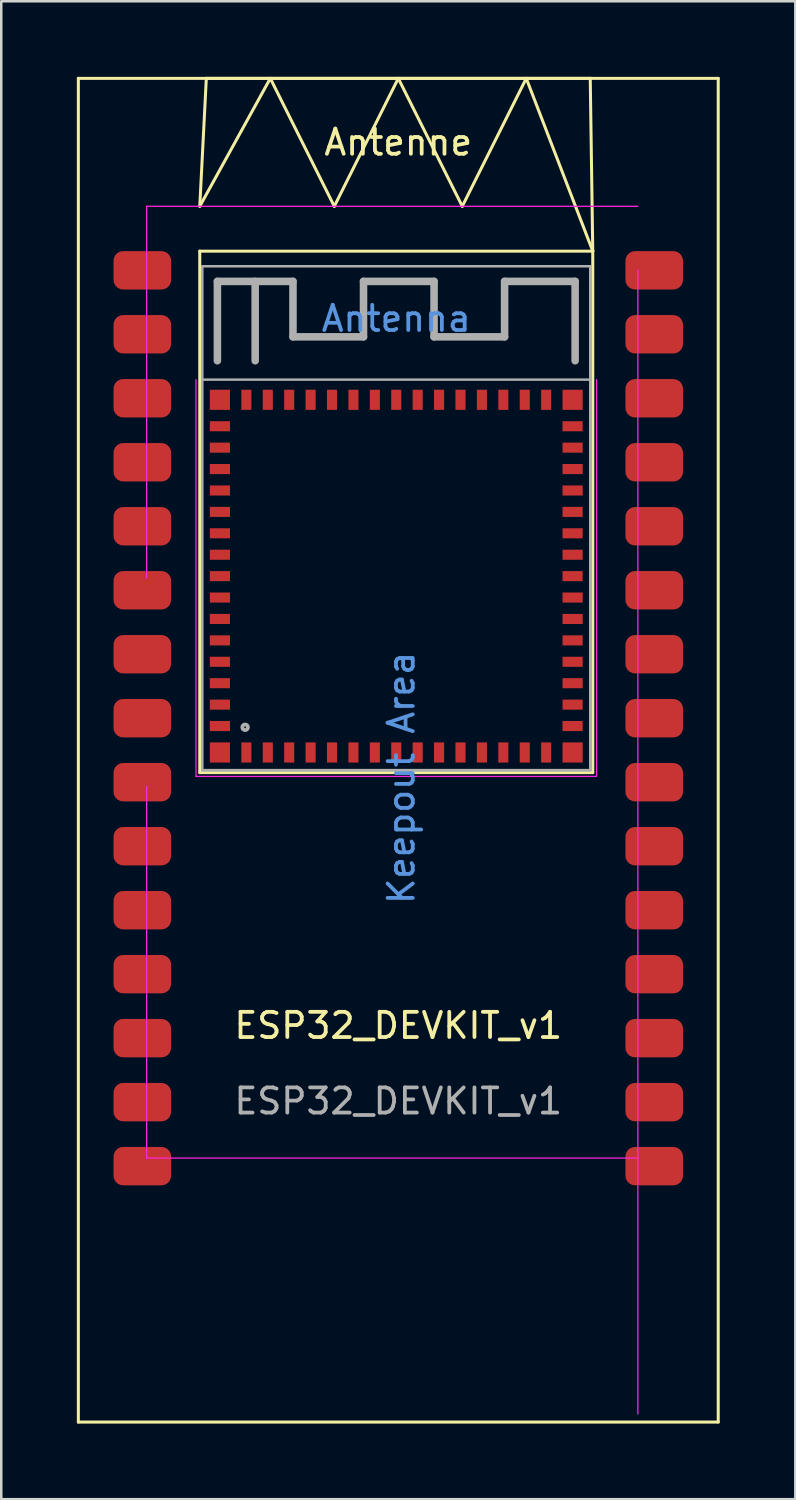
<source format=kicad_pcb>
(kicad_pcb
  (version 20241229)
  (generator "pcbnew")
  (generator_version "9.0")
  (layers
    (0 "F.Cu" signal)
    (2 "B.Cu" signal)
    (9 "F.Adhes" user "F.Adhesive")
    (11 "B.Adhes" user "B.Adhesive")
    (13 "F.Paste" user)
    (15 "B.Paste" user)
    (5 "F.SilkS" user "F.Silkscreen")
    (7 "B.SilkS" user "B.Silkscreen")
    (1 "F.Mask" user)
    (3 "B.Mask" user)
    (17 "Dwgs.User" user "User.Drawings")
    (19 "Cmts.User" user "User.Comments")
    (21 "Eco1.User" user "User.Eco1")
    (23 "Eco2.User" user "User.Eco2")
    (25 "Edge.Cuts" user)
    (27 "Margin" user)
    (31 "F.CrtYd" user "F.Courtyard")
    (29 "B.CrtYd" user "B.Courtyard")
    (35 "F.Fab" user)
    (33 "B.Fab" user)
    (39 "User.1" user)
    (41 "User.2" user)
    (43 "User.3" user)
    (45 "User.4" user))
  (footprint "ESP32_DEVKIT_v1"
    (layer "F.Cu")
    (at 12.76 38.16)
    (property "Reference" "ESP32_DEVKIT_v1" (at 0 -0.5 0) (unlocked yes) (layer "F.SilkS") (effects (font (size 1 1) (thickness 0.15))))
    (attr smd)
    (fp_line (start -12.7 -38.1) (end -12.7 15.24) (stroke (width 0.12) (type solid)) (layer "F.SilkS"))
    (fp_line (start -12.7 -38.1) (end 12.7 -38.1) (stroke (width 0.12) (type solid)) (layer "F.SilkS"))
    (fp_line (start -7.88 -33.02) (end -5.08 -38.1) (stroke (width 0.12) (type solid)) (layer "F.SilkS"))
    (fp_line (start -7.88 -31.24) (end 7.72 -31.24) (stroke (width 0.12) (type solid)) (layer "F.SilkS"))
    (fp_line (start -7.88 -10.54) (end -7.88 -31.24) (stroke (width 0.12) (type solid)) (layer "F.SilkS"))
    (fp_line (start -7.62 -38.1) (end -7.88 -33.02) (stroke (width 0.12) (type solid)) (layer "F.SilkS"))
    (fp_line (start -5.08 -38.1) (end -2.54 -33.02) (stroke (width 0.12) (type solid)) (layer "F.SilkS"))
    (fp_line (start -2.54 -33.02) (end 0 -38.1) (stroke (width 0.12) (type solid)) (layer "F.SilkS"))
    (fp_line (start 0 -38.1) (end 2.54 -33.02) (stroke (width 0.12) (type solid)) (layer "F.SilkS"))
    (fp_line (start 2.54 -33.02) (end 5.08 -38.1) (stroke (width 0.12) (type solid)) (layer "F.SilkS"))
    (fp_line (start 5.08 -38.1) (end 7.72 -31.24) (stroke (width 0.12) (type solid)) (layer "F.SilkS"))
    (fp_line (start 7.62 -38.1) (end -7.62 -38.1) (stroke (width 0.12) (type solid)) (layer "F.SilkS"))
    (fp_line (start 7.72 -31.24) (end 7.62 -38.1) (stroke (width 0.12) (type solid)) (layer "F.SilkS"))
    (fp_line (start 7.72 -31.24) (end 7.72 -10.54) (stroke (width 0.12) (type solid)) (layer "F.SilkS"))
    (fp_line (start 7.72 -10.54) (end -7.88 -10.54) (stroke (width 0.12) (type solid)) (layer "F.SilkS"))
    (fp_line (start 12.7 -38.1) (end 12.7 15.24) (stroke (width 0.12) (type solid)) (layer "F.SilkS"))
    (fp_line (start 12.7 15.24) (end -12.7 15.24) (stroke (width 0.12) (type solid)) (layer "F.SilkS"))
    (fp_line (start -9.99 -33.02) (end 9.51 -33.02) (stroke (width 0.05) (type solid)) (layer "F.CrtYd"))
    (fp_line (start -9.99 -18.27) (end -9.99 -33.02) (stroke (width 0.05) (type solid)) (layer "F.CrtYd"))
    (fp_line (start -9.99 -9.99) (end -9.99 4.76) (stroke (width 0.05) (type solid)) (layer "F.CrtYd"))
    (fp_line (start -9.99 4.76) (end 9.51 4.76) (stroke (width 0.05) (type solid)) (layer "F.CrtYd"))
    (fp_line (start -8.03 -10.39) (end -8.03 -26.14) (stroke (width 0.05) (type solid)) (layer "F.CrtYd"))
    (fp_line (start 7.87 -26.14) (end 7.87 -10.39) (stroke (width 0.05) (type solid)) (layer "F.CrtYd"))
    (fp_line (start 7.87 -10.39) (end -8.03 -10.39) (stroke (width 0.05) (type solid)) (layer "F.CrtYd"))
    (fp_line (start 9.51 -30.48) (end 9.51 14.92) (stroke (width 0.05) (type solid)) (layer "F.CrtYd"))
    (fp_line (start -7.78 -30.64) (end 7.62 -30.64) (stroke (width 0.1) (type solid)) (layer "F.Fab"))
    (fp_line (start -7.78 -26.14) (end 7.62 -26.14) (stroke (width 0.1) (type solid)) (layer "F.Fab"))
    (fp_line (start -7.78 -10.64) (end -7.78 -30.64) (stroke (width 0.1) (type solid)) (layer "F.Fab"))
    (fp_line (start -7.18 -30.04) (end -4.18 -30.04) (stroke (width 0.3) (type solid)) (layer "F.Fab"))
    (fp_line (start -7.18 -26.89) (end -7.18 -30.04) (stroke (width 0.3) (type solid)) (layer "F.Fab"))
    (fp_line (start -5.68 -26.89) (end -5.68 -30.04) (stroke (width 0.3) (type solid)) (layer "F.Fab"))
    (fp_line (start -4.18 -30.04) (end -4.18 -27.84) (stroke (width 0.3) (type solid)) (layer "F.Fab"))
    (fp_line (start -4.18 -27.84) (end -1.38 -27.84) (stroke (width 0.3) (type solid)) (layer "F.Fab"))
    (fp_line (start -1.38 -30.04) (end 1.42 -30.04) (stroke (width 0.3) (type solid)) (layer "F.Fab"))
    (fp_line (start -1.38 -27.84) (end -1.38 -30.04) (stroke (width 0.3) (type solid)) (layer "F.Fab"))
    (fp_line (start 1.42 -30.04) (end 1.42 -27.84) (stroke (width 0.3) (type solid)) (layer "F.Fab"))
    (fp_line (start 1.42 -27.84) (end 4.22 -27.84) (stroke (width 0.3) (type solid)) (layer "F.Fab"))
    (fp_line (start 4.22 -30.04) (end 7.02 -30.04) (stroke (width 0.3) (type solid)) (layer "F.Fab"))
    (fp_line (start 4.22 -27.84) (end 4.22 -30.04) (stroke (width 0.3) (type solid)) (layer "F.Fab"))
    (fp_line (start 7.02 -30.04) (end 7.02 -26.89) (stroke (width 0.3) (type solid)) (layer "F.Fab"))
    (fp_line (start 7.62 -30.64) (end 7.62 -10.64) (stroke (width 0.1) (type solid)) (layer "F.Fab"))
    (fp_line (start 7.62 -10.64) (end -7.78 -10.64) (stroke (width 0.1) (type solid)) (layer "F.Fab"))
    (fp_circle (center -6.08 -12.34) (end -5.968 -12.34) (stroke (width 0.15) (type solid)) (fill no) (layer "F.Fab"))
    (fp_text user "Antenne" (at 0 -35.56 0) (unlocked yes) (layer "F.SilkS") (effects (font (size 1 1) (thickness 0.15))))
    (fp_text user "Antenna" (at -0.08 -28.565 0) (layer "Cmts.User") (effects (font (size 1 1) (thickness 0.15))))
    (fp_text user "Keepout Area" (at 0.12 -10.33 270) (layer "Cmts.User") (effects (font (size 1 1) (thickness 0.15))))
    (fp_text user "${REFERENCE}" (at 0 2.5 0) (unlocked yes) (layer "F.Fab") (effects (font (size 1 1) (thickness 0.15))))
    (pad "1" smd rect (at -7.08 -24.29) (size 0.8 0.4) (layers "F.Cu" "F.Mask" "F.Paste"))
    (pad "2" smd rect (at -7.08 -23.44) (size 0.8 0.4) (layers "F.Cu" "F.Mask" "F.Paste"))
    (pad "3" smd rect (at -7.08 -22.59) (size 0.8 0.4) (layers "F.Cu" "F.Mask" "F.Paste"))
    (pad "3V3" smd roundrect (at 10.16 5.08) (size 2.286 1.524) (layers "F.Cu" "F.Mask" "F.Paste") (roundrect_rratio 0.25))
    (pad "4" smd rect (at -7.08 -21.74) (size 0.8 0.4) (layers "F.Cu" "F.Mask" "F.Paste"))
    (pad "5" smd rect (at -7.08 -20.89) (size 0.8 0.4) (layers "F.Cu" "F.Mask" "F.Paste"))
    (pad "6" smd rect (at -7.08 -20.04) (size 0.8 0.4) (layers "F.Cu" "F.Mask" "F.Paste"))
    (pad "7" smd rect (at -7.08 -19.19) (size 0.8 0.4) (layers "F.Cu" "F.Mask" "F.Paste"))
    (pad "8" smd rect (at -7.08 -18.34) (size 0.8 0.4) (layers "F.Cu" "F.Mask" "F.Paste"))
    (pad "9" smd rect (at -7.08 -17.49) (size 0.8 0.4) (layers "F.Cu" "F.Mask" "F.Paste"))
    (pad "10" smd rect (at -7.08 -16.64) (size 0.8 0.4) (layers "F.Cu" "F.Mask" "F.Paste"))
    (pad "11" smd rect (at -7.08 -15.79) (size 0.8 0.4) (layers "F.Cu" "F.Mask" "F.Paste"))
    (pad "12" smd rect (at -7.08 -14.94) (size 0.8 0.4) (layers "F.Cu" "F.Mask" "F.Paste"))
    (pad "13" smd rect (at -7.08 -14.09) (size 0.8 0.4) (layers "F.Cu" "F.Mask" "F.Paste"))
    (pad "14" smd rect (at -7.08 -13.24) (size 0.8 0.4) (layers "F.Cu" "F.Mask" "F.Paste"))
    (pad "15" smd rect (at -7.08 -12.39) (size 0.8 0.4) (layers "F.Cu" "F.Mask" "F.Paste"))
    (pad "16" smd rect (at -6.03 -11.34 90) (size 0.8 0.4) (layers "F.Cu" "F.Mask" "F.Paste"))
    (pad "17" smd rect (at -5.18 -11.34 90) (size 0.8 0.4) (layers "F.Cu" "F.Mask" "F.Paste"))
    (pad "18" smd rect (at -4.33 -11.34 90) (size 0.8 0.4) (layers "F.Cu" "F.Mask" "F.Paste"))
    (pad "19" smd rect (at -3.48 -11.34 90) (size 0.8 0.4) (layers "F.Cu" "F.Mask" "F.Paste"))
    (pad "20" smd rect (at -2.63 -11.34 90) (size 0.8 0.4) (layers "F.Cu" "F.Mask" "F.Paste"))
    (pad "21" smd rect (at -1.78 -11.34 90) (size 0.8 0.4) (layers "F.Cu" "F.Mask" "F.Paste"))
    (pad "22" smd rect (at -0.93 -11.34 90) (size 0.8 0.4) (layers "F.Cu" "F.Mask" "F.Paste"))
    (pad "23" smd rect (at -0.08 -11.34 90) (size 0.8 0.4) (layers "F.Cu" "F.Mask" "F.Paste"))
    (pad "24" smd rect (at 0.77 -11.34 90) (size 0.8 0.4) (layers "F.Cu" "F.Mask" "F.Paste"))
    (pad "25" smd rect (at 1.62 -11.34 90) (size 0.8 0.4) (layers "F.Cu" "F.Mask" "F.Paste"))
    (pad "26" smd rect (at 2.47 -11.34 90) (size 0.8 0.4) (layers "F.Cu" "F.Mask" "F.Paste"))
    (pad "27" smd rect (at 3.32 -11.34 90) (size 0.8 0.4) (layers "F.Cu" "F.Mask" "F.Paste"))
    (pad "28" smd rect (at 4.17 -11.34 90) (size 0.8 0.4) (layers "F.Cu" "F.Mask" "F.Paste"))
    (pad "29" smd rect (at 5.02 -11.34 90) (size 0.8 0.4) (layers "F.Cu" "F.Mask" "F.Paste"))
    (pad "30" smd rect (at 5.87 -11.34 90) (size 0.8 0.4) (layers "F.Cu" "F.Mask" "F.Paste"))
    (pad "31" smd rect (at 6.92 -12.39) (size 0.8 0.4) (layers "F.Cu" "F.Mask" "F.Paste"))
    (pad "32" smd rect (at 6.92 -13.24) (size 0.8 0.4) (layers "F.Cu" "F.Mask" "F.Paste"))
    (pad "33" smd rect (at 6.92 -14.09) (size 0.8 0.4) (layers "F.Cu" "F.Mask" "F.Paste"))
    (pad "34" smd rect (at 6.92 -14.94) (size 0.8 0.4) (layers "F.Cu" "F.Mask" "F.Paste"))
    (pad "35" smd rect (at 6.92 -15.79) (size 0.8 0.4) (layers "F.Cu" "F.Mask" "F.Paste"))
    (pad "36" smd rect (at 6.92 -16.64) (size 0.8 0.4) (layers "F.Cu" "F.Mask" "F.Paste"))
    (pad "37" smd rect (at 6.92 -17.49) (size 0.8 0.4) (layers "F.Cu" "F.Mask" "F.Paste"))
    (pad "38" smd rect (at 6.92 -18.34) (size 0.8 0.4) (layers "F.Cu" "F.Mask" "F.Paste"))
    (pad "39" smd rect (at 6.92 -19.19) (size 0.8 0.4) (layers "F.Cu" "F.Mask" "F.Paste"))
    (pad "40" smd rect (at 6.92 -20.04) (size 0.8 0.4) (layers "F.Cu" "F.Mask" "F.Paste"))
    (pad "41" smd rect (at 6.92 -20.89) (size 0.8 0.4) (layers "F.Cu" "F.Mask" "F.Paste"))
    (pad "42" smd rect (at 6.92 -21.74) (size 0.8 0.4) (layers "F.Cu" "F.Mask" "F.Paste"))
    (pad "43" smd rect (at 6.92 -22.59) (size 0.8 0.4) (layers "F.Cu" "F.Mask" "F.Paste"))
    (pad "44" smd rect (at 6.92 -23.44) (size 0.8 0.4) (layers "F.Cu" "F.Mask" "F.Paste"))
    (pad "45" smd rect (at 6.92 -24.29) (size 0.8 0.4) (layers "F.Cu" "F.Mask" "F.Paste"))
    (pad "46" smd rect (at 5.87 -25.34 90) (size 0.8 0.4) (layers "F.Cu" "F.Mask" "F.Paste"))
    (pad "47" smd rect (at 5.02 -25.34 90) (size 0.8 0.4) (layers "F.Cu" "F.Mask" "F.Paste"))
    (pad "48" smd rect (at 4.17 -25.34 90) (size 0.8 0.4) (layers "F.Cu" "F.Mask" "F.Paste"))
    (pad "49" smd rect (at 3.32 -25.34 90) (size 0.8 0.4) (layers "F.Cu" "F.Mask" "F.Paste"))
    (pad "50" smd rect (at 2.47 -25.34 90) (size 0.8 0.4) (layers "F.Cu" "F.Mask" "F.Paste"))
    (pad "51" smd rect (at 1.62 -25.34 90) (size 0.8 0.4) (layers "F.Cu" "F.Mask" "F.Paste"))
    (pad "52" smd rect (at 0.77 -25.34 90) (size 0.8 0.4) (layers "F.Cu" "F.Mask" "F.Paste"))
    (pad "53" smd rect (at -0.08 -25.34 90) (size 0.8 0.4) (layers "F.Cu" "F.Mask" "F.Paste"))
    (pad "54" smd rect (at -0.93 -25.34 90) (size 0.8 0.4) (layers "F.Cu" "F.Mask" "F.Paste"))
    (pad "55" smd rect (at -1.78 -25.34 90) (size 0.8 0.4) (layers "F.Cu" "F.Mask" "F.Paste"))
    (pad "56" smd rect (at -2.63 -25.34 90) (size 0.8 0.4) (layers "F.Cu" "F.Mask" "F.Paste"))
    (pad "57" smd rect (at -3.48 -25.34 90) (size 0.8 0.4) (layers "F.Cu" "F.Mask" "F.Paste"))
    (pad "58" smd rect (at -4.33 -25.34 90) (size 0.8 0.4) (layers "F.Cu" "F.Mask" "F.Paste"))
    (pad "59" smd rect (at -5.18 -25.34 90) (size 0.8 0.4) (layers "F.Cu" "F.Mask" "F.Paste"))
    (pad "60" smd rect (at -6.03 -25.34 90) (size 0.8 0.4) (layers "F.Cu" "F.Mask" "F.Paste"))
    (pad "62" smd rect (at -7.08 -25.34) (size 0.8 0.8) (layers "F.Cu" "F.Mask" "F.Paste"))
    (pad "63" smd rect (at -7.08 -11.34) (size 0.8 0.8) (layers "F.Cu" "F.Mask" "F.Paste"))
    (pad "64" smd rect (at 6.92 -11.34) (size 0.8 0.8) (layers "F.Cu" "F.Mask" "F.Paste"))
    (pad "65" smd rect (at 6.92 -25.34) (size 0.8 0.8) (layers "F.Cu" "F.Mask" "F.Paste"))
    (pad "D2" smd roundrect (at 10.16 -2.54) (size 2.286 1.524) (layers "F.Cu" "F.Mask" "F.Paste") (roundrect_rratio 0.25))
    (pad "D4" smd roundrect (at 10.16 -5.08) (size 2.286 1.524) (layers "F.Cu" "F.Mask" "F.Paste") (roundrect_rratio 0.25))
    (pad "D6" smd roundrect (at 10.16 -12.7) (size 2.286 1.524) (layers "F.Cu" "F.Mask" "F.Paste") (roundrect_rratio 0.25))
    (pad "D12" smd roundrect (at -10.16 -2.54) (size 2.286 1.524) (layers "F.Cu" "F.Mask" "F.Paste") (roundrect_rratio 0.25))
    (pad "D13" smd roundrect (at -10.16 0) (size 2.286 1.524) (layers "F.Cu" "F.Mask" "F.Paste") (roundrect_rratio 0.25))
    (pad "D14" smd roundrect (at -10.16 -5.08) (size 2.286 1.524) (layers "F.Cu" "F.Mask" "F.Paste") (roundrect_rratio 0.25))
    (pad "D15" smd roundrect (at 10.16 0) (size 2.286 1.524) (layers "F.Cu" "F.Mask" "F.Paste") (roundrect_rratio 0.25))
    (pad "D16" smd roundrect (at 10.16 -15.24) (size 2.286 1.524) (layers "F.Cu" "F.Mask" "F.Paste") (roundrect_rratio 0.25))
    (pad "D19" smd roundrect (at 10.16 -17.78) (size 2.286 1.524) (layers "F.Cu" "F.Mask" "F.Paste") (roundrect_rratio 0.25))
    (pad "D21" smd roundrect (at 10.16 -20.32) (size 2.286 1.524) (layers "F.Cu" "F.Mask" "F.Paste") (roundrect_rratio 0.25))
    (pad "D22" smd roundrect (at 10.16 -27.94) (size 2.286 1.524) (layers "F.Cu" "F.Mask" "F.Paste") (roundrect_rratio 0.25))
    (pad "D23" smd roundrect (at 10.16 -30.48) (size 2.286 1.524) (layers "F.Cu" "F.Mask" "F.Paste") (roundrect_rratio 0.25))
    (pad "D25" smd roundrect (at -10.16 -12.7) (size 2.286 1.524) (layers "F.Cu" "F.Mask" "F.Paste") (roundrect_rratio 0.25))
    (pad "D26" smd roundrect (at -10.16 -10.16) (size 2.286 1.524) (layers "F.Cu" "F.Mask" "F.Paste") (roundrect_rratio 0.25))
    (pad "D27" smd roundrect (at -10.16 -7.62) (size 2.286 1.524) (layers "F.Cu" "F.Mask" "F.Paste") (roundrect_rratio 0.25))
    (pad "D32" smd roundrect (at -10.16 -17.78) (size 2.286 1.524) (layers "F.Cu" "F.Mask" "F.Paste") (roundrect_rratio 0.25))
    (pad "D33" smd roundrect (at -10.16 -15.24) (size 2.286 1.524) (layers "F.Cu" "F.Mask" "F.Paste") (roundrect_rratio 0.25))
    (pad "D34" smd roundrect (at -10.16 -22.86) (size 2.286 1.524) (layers "F.Cu" "F.Mask" "F.Paste") (roundrect_rratio 0.25))
    (pad "D35" smd roundrect (at -10.16 -20.32) (size 2.286 1.524) (layers "F.Cu" "F.Mask" "F.Paste") (roundrect_rratio 0.25))
    (pad "GND0" smd roundrect (at 10.16 2.54) (size 2.286 1.524) (layers "F.Cu" "F.Mask" "F.Paste") (roundrect_rratio 0.25))
    (pad "GND1" smd roundrect (at -10.16 2.54) (size 2.286 1.524) (layers "F.Cu" "F.Mask" "F.Paste") (roundrect_rratio 0.25))
    (pad "RX0" smd roundrect (at 10.16 -22.86) (size 2.286 1.524) (layers "F.Cu" "F.Mask" "F.Paste") (roundrect_rratio 0.25))
    (pad "RX2" smd roundrect (at 10.16 -7.62) (size 2.286 1.524) (layers "F.Cu" "F.Mask" "F.Paste") (roundrect_rratio 0.25))
    (pad "TX0" smd roundrect (at 10.16 -25.4) (size 2.286 1.524) (layers "F.Cu" "F.Mask" "F.Paste") (roundrect_rratio 0.25))
    (pad "TX2" smd roundrect (at 10.16 -10.16) (size 2.286 1.524) (layers "F.Cu" "F.Mask" "F.Paste") (roundrect_rratio 0.25))
    (pad "VN" smd roundrect (at -10.16 -25.4) (size 2.286 1.524) (layers "F.Cu" "F.Mask" "F.Paste") (roundrect_rratio 0.25))
    (pad "VP" smd roundrect (at -10.16 -27.94) (size 2.286 1.524) (layers "F.Cu" "F.Mask" "F.Paste") (roundrect_rratio 0.25))
    (pad "VP0" smd roundrect (at -10.16 -30.48) (size 2.286 1.524) (layers "F.Cu" "F.Mask" "F.Paste") (roundrect_rratio 0.25))
    (pad "Vin" smd roundrect (at -10.16 5.08) (size 2.286 1.524) (layers "F.Cu" "F.Mask" "F.Paste") (roundrect_rratio 0.25))
    (zone (net_name "") (layers "F.Cu" "B.Cu") (name "Antenna") (hatch full 0.508) (connect_pads) (min_thickness 0.254) (filled_areas_thickness no) (keepout (tracks not_allowed) (vias not_allowed) (pads not_allowed) (copperpour not_allowed) (footprints not_allowed)) (placement (enabled no)) (fill) (polygon (pts (xy 2.77 50.54) (xy 2.77 5.14) (xy 22.27 5.14) (xy 22.27 50.54)))))
  (gr_rect
    (start -3 -3)
    (end 28.52 56.46)
    (stroke (width 0.1) (type default))
    (fill no)
    (layer "Edge.Cuts")))
</source>
